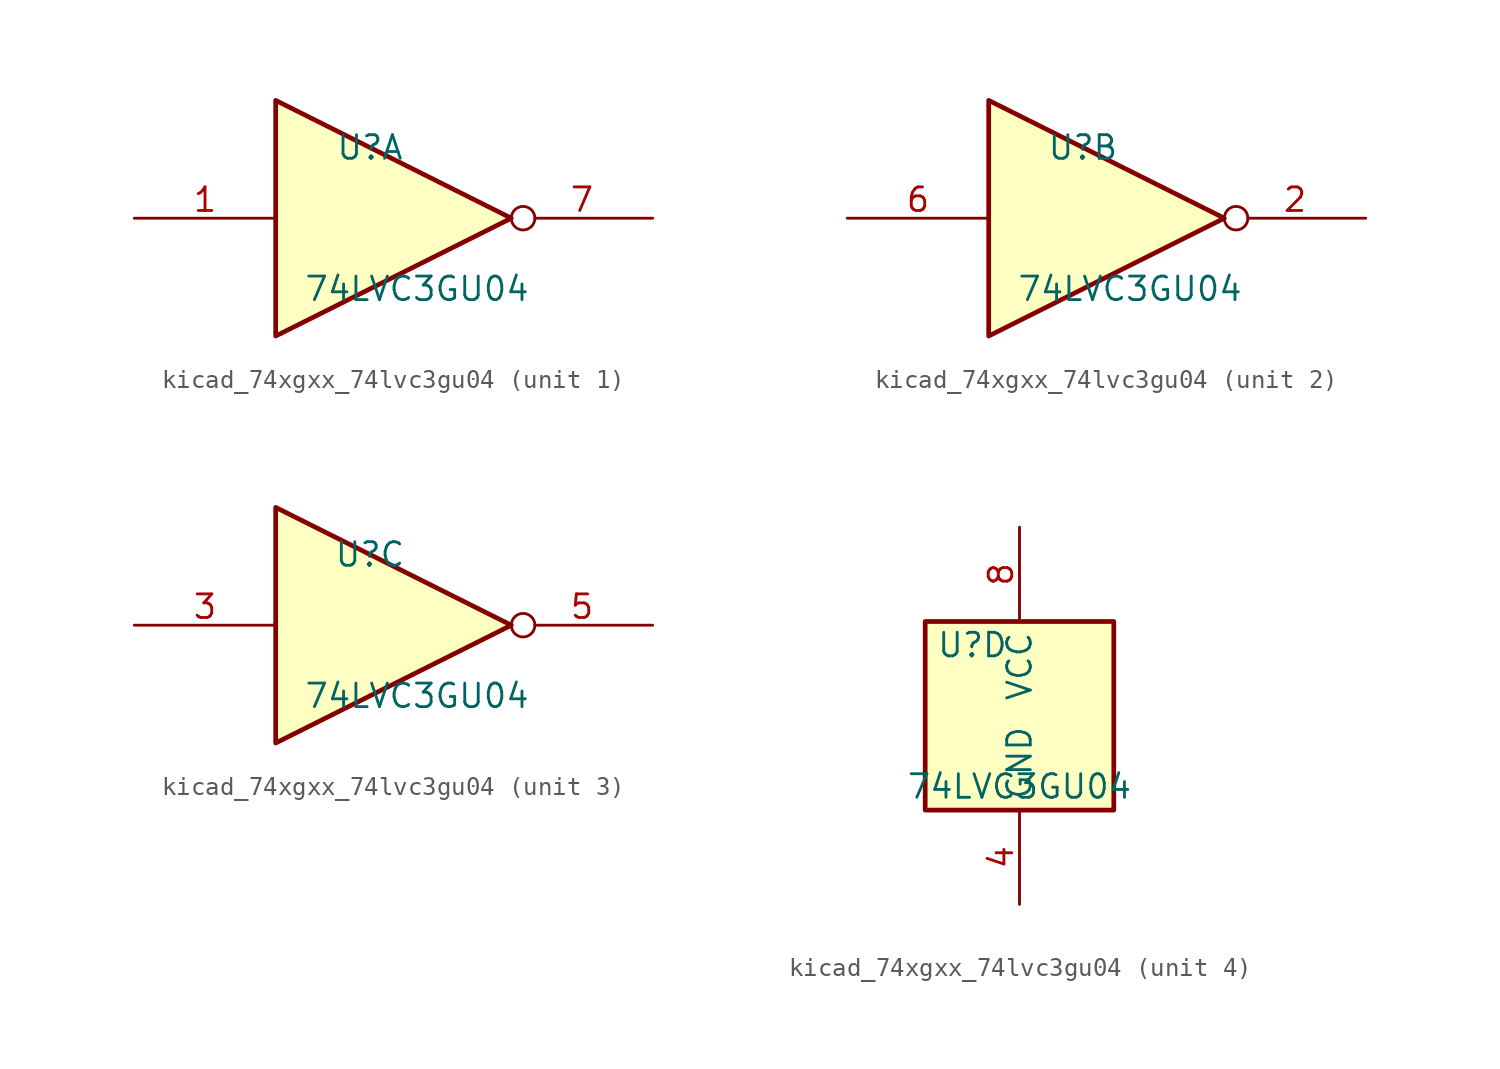
<source format=kicad_sym>
(kicad_symbol_lib
  (version 20220914)
  (generator kicad_symbol_editor)
  (symbol "kicad_74xgxx_74lvc3gu04"
    (property "Reference" "U"
      (at -2.54 3.81 0)
      (effects (font (size 1.27 1.27))))
    (property "Value" "74LVC3GU04"
      (at 0 -3.81 0)
      (effects (font (size 1.27 1.27))))
    (symbol "kicad_74xgxx_74lvc3gu04_1_1"
      (polyline (pts (xy -7.62 6.35) (xy -7.62 -6.35) (xy 5.08 0) (xy -7.62 6.35)) (stroke (width 0.254) (type default)) (fill (type background)))
      (pin input line (at -15.24 0 0) (length 7.62) (name "~" (effects (font (size 1.27 1.27)))) (number "1" (effects (font (size 1.27 1.27)))))
      (pin output inverted (at 12.7 0 180) (length 7.62) (name "~" (effects (font (size 1.27 1.27)))) (number "7" (effects (font (size 1.27 1.27))))))
    (symbol "kicad_74xgxx_74lvc3gu04_2_1"
      (polyline (pts (xy -7.62 6.35) (xy -7.62 -6.35) (xy 5.08 0) (xy -7.62 6.35)) (stroke (width 0.254) (type default)) (fill (type background)))
      (pin output inverted (at 12.7 0 180) (length 7.62) (name "~" (effects (font (size 1.27 1.27)))) (number "2" (effects (font (size 1.27 1.27)))))
      (pin input line (at -15.24 0 0) (length 7.62) (name "~" (effects (font (size 1.27 1.27)))) (number "6" (effects (font (size 1.27 1.27))))))
    (symbol "kicad_74xgxx_74lvc3gu04_3_1"
      (polyline (pts (xy -7.62 6.35) (xy -7.62 -6.35) (xy 5.08 0) (xy -7.62 6.35)) (stroke (width 0.254) (type default)) (fill (type background)))
      (pin input line (at -15.24 0 0) (length 7.62) (name "~" (effects (font (size 1.27 1.27)))) (number "3" (effects (font (size 1.27 1.27)))))
      (pin output inverted (at 12.7 0 180) (length 7.62) (name "~" (effects (font (size 1.27 1.27)))) (number "5" (effects (font (size 1.27 1.27))))))
    (symbol "kicad_74xgxx_74lvc3gu04_4_0"
      (rectangle (start -5.08 -5.08) (end 5.08 5.08) (stroke (width 0.254) (type default)) (fill (type background))))
    (symbol "kicad_74xgxx_74lvc3gu04_4_1"
      (pin power_in line (at 0 -10.16 90) (length 5.08) (name "GND" (effects (font (size 1.27 1.27)))) (number "4" (effects (font (size 1.27 1.27)))))
      (pin power_in line (at 0 10.16 270) (length 5.08) (name "VCC" (effects (font (size 1.27 1.27)))) (number "8" (effects (font (size 1.27 1.27))))))))
</source>
